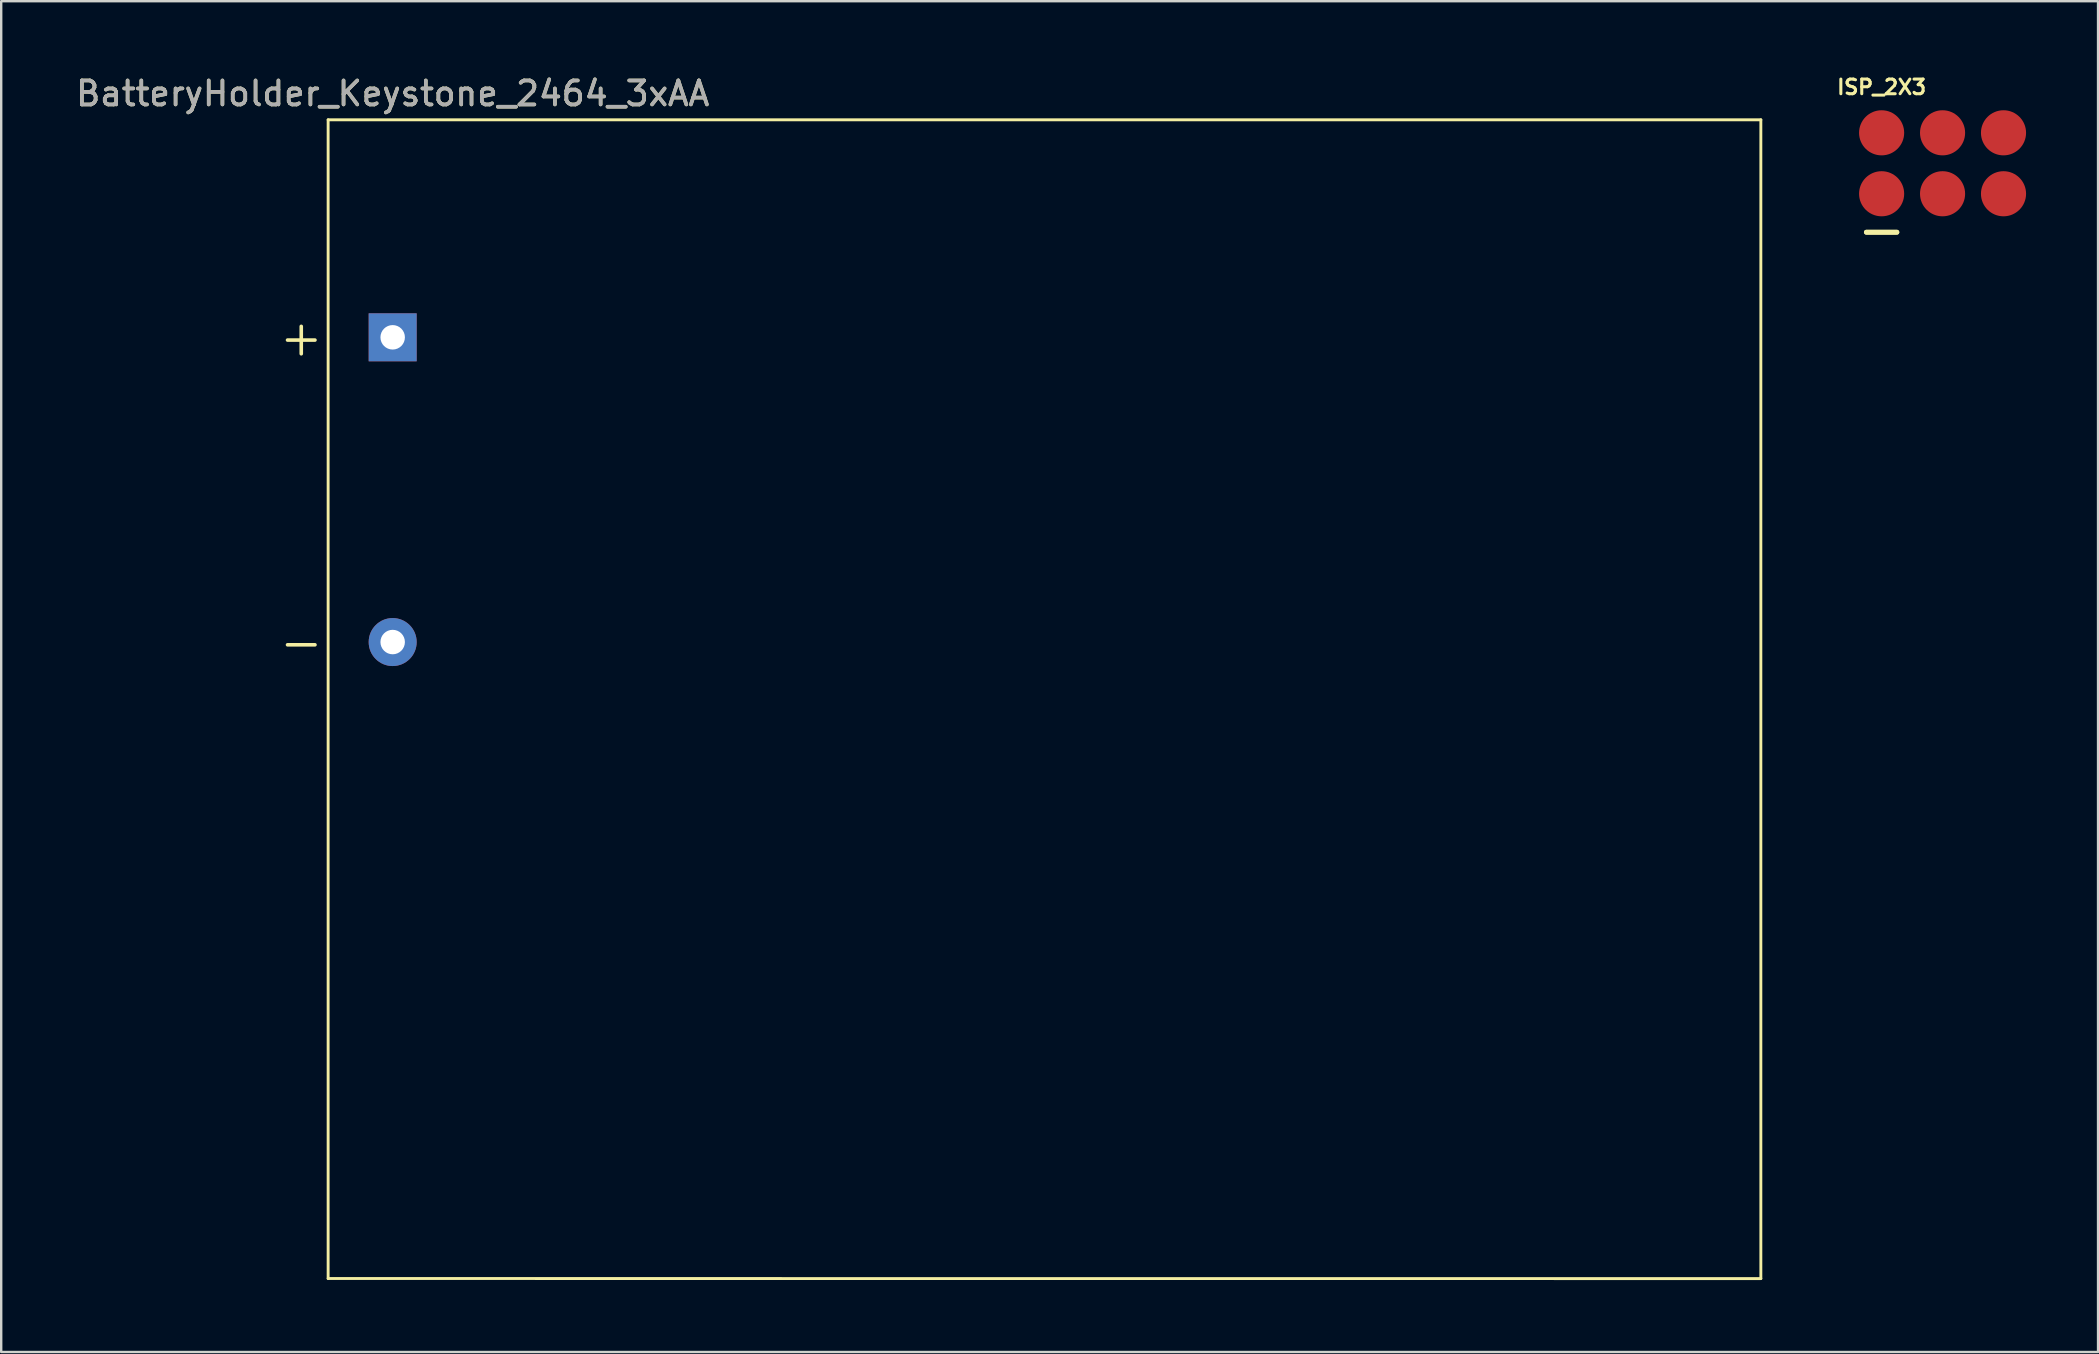
<source format=kicad_pcb>
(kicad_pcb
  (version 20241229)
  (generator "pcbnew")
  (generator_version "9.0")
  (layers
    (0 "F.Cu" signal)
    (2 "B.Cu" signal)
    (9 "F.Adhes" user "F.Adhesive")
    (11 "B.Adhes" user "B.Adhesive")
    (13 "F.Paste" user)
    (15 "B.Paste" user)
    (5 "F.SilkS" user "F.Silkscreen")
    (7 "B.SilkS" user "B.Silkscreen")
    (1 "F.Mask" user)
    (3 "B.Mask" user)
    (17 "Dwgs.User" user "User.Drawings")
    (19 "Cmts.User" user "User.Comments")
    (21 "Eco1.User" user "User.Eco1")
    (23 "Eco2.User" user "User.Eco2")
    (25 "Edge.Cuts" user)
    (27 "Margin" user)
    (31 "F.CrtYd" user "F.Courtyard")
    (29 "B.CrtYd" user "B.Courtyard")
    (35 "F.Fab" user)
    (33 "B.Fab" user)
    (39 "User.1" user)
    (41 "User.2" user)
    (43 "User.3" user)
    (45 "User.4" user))
  (footprint "ISP_2X3"
    (layer "F.Cu")
    (at 75.368 5.025)
    (property "Reference" "ISP_2X3" (at 0 -4.445 0) (layer "F.SilkS") (effects (font (size 0.61 0.61) (thickness 0.127))))
    (attr exclude_from_pos_files exclude_from_bom)
    (fp_line (start -0.635 1.603) (end 0.635 1.603) (stroke (width 0.203) (type solid)) (layer "F.SilkS"))
    (fp_line (start 0.635 1.603) (end -0.635 1.603) (stroke (width 0.203) (type solid)) (layer "F.SilkS"))
    (pad "1" smd circle (at 0 0) (size 1.88 1.88) (layers "F.Cu" "F.Mask"))
    (pad "2" smd circle (at 0 -2.54) (size 1.88 1.88) (layers "F.Cu" "F.Mask"))
    (pad "3" smd circle (at 2.54 0) (size 1.88 1.88) (layers "F.Cu" "F.Mask"))
    (pad "4" smd circle (at 2.54 -2.54) (size 1.88 1.88) (layers "F.Cu" "F.Mask"))
    (pad "5" smd circle (at 5.08 0) (size 1.88 1.88) (layers "F.Cu" "F.Mask"))
    (pad "6" smd circle (at 5.08 -2.54) (size 1.88 1.88) (layers "F.Cu" "F.Mask")))
  (footprint "BatteryHolder_Keystone_2464_3xAA"
    (layer "F.Cu")
    (at 13.315 11.008)
    (property "Reference" "BatteryHolder_Keystone_2464_3xAA" (at 0 -10.16 180) (layer "F.SilkS") (effects (font (size 1 1) (thickness 0.15))))
    (attr through_hole)
    (fp_line (start -2.69 -9.065) (end -2.69 39.225) (stroke (width 0.12) (type solid)) (layer "F.SilkS"))
    (fp_line (start -2.69 39.225) (end 57.02 39.229) (stroke (width 0.12) (type solid)) (layer "F.SilkS"))
    (fp_line (start 57.02 -9.065) (end -2.69 -9.065) (stroke (width 0.12) (type solid)) (layer "F.SilkS"))
    (fp_line (start 57.02 39.225) (end 57.02 -9.065) (stroke (width 0.12) (type solid)) (layer "F.SilkS"))
    (fp_text user "-" (at -3.81 12.7 0) (layer "F.SilkS") (effects (font (size 1.5 1.5) (thickness 0.15))))
    (fp_text user "+" (at -3.81 0 0) (layer "F.SilkS") (effects (font (size 1.5 1.5) (thickness 0.15))))
    (fp_text user "${REFERENCE}" (at 0 -10.16 0) (layer "F.Fab") (effects (font (size 1 1) (thickness 0.15))))
    (pad "1" thru_hole rect (at 0 0) (size 2 2) (drill 1.02) (layers "*.Cu" "*.Mask"))
    (pad "2" thru_hole circle (at 0 12.7) (size 2 2) (drill 1.02) (layers "*.Cu" "*.Mask")))
  (gr_rect
    (start -3 -3)
    (end 84.388 53.297)
    (stroke (width 0.1) (type default))
    (fill no)
    (layer "Edge.Cuts")))
</source>
